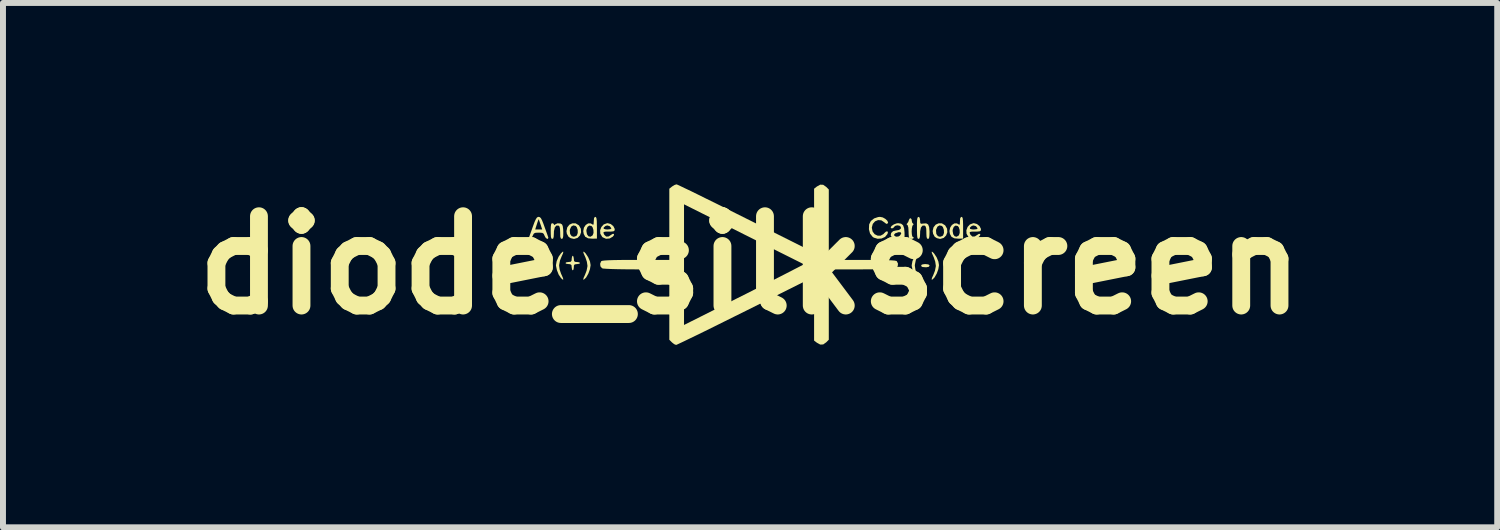
<source format=kicad_pcb>
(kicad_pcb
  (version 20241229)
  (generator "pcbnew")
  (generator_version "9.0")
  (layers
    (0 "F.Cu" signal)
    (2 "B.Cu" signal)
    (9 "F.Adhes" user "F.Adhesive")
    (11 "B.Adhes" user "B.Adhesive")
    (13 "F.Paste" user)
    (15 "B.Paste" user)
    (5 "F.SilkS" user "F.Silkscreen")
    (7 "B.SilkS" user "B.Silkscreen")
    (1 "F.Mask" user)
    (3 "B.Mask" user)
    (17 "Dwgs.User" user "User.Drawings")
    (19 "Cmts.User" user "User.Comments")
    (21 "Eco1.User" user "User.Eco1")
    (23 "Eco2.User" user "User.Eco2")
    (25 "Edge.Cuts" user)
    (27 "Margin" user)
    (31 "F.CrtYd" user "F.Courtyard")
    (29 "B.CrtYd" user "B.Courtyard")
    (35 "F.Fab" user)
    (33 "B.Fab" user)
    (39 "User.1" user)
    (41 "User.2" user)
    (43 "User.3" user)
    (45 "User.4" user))
  (footprint "diode_silkscreen"
    (layer "F.Cu")
    (at 9.55 1.404)
    (property "Reference" "diode_silkscreen" (at 0 0 0) (layer "F.SilkS") (effects (font (size 1.5 1.5) (thickness 0.3))))
    (attr board_only exclude_from_pos_files exclude_from_bom)
    (fp_poly (pts (xy 2.993 -0.013) (xy 3.013 0.001) (xy 3.014 0.009) (xy 3.003 0.027) (xy 2.964 0.035) (xy 2.944 0.035) (xy 2.895 0.031) (xy 2.874 0.016) (xy 2.873 0.009) (xy 2.885 -0.01) (xy 2.923 -0.017) (xy 2.944 -0.018)) (stroke (width 0) (type solid)) (fill yes) (layer "F.SilkS"))
    (fp_poly (pts (xy -3.137 -0.224) (xy -3.144 -0.195) (xy -3.166 -0.147) (xy -3.194 -0.077) (xy -3.207 -0.006) (xy -3.208 0.009) (xy -3.199 0.075) (xy -3.174 0.148) (xy -3.166 0.164) (xy -3.143 0.217) (xy -3.138 0.243) (xy -3.151 0.241) (xy -3.178 0.215) (xy -3.216 0.158) (xy -3.245 0.084) (xy -3.26 0.013) (xy -3.261 -0.00031) (xy -3.249 -0.067) (xy -3.217 -0.141) (xy -3.177 -0.198) (xy -3.148 -0.226)) (stroke (width 0) (type solid)) (fill yes) (layer "F.SilkS"))
    (fp_poly (pts (xy -2.79 -0.224) (xy -2.763 -0.198) (xy -2.72 -0.133) (xy -2.689 -0.06) (xy -2.679 -0.00031) (xy -2.69 0.068) (xy -2.717 0.142) (xy -2.753 0.205) (xy -2.762 0.215) (xy -2.792 0.243) (xy -2.803 0.242) (xy -2.796 0.212) (xy -2.774 0.164) (xy -2.747 0.094) (xy -2.733 0.024) (xy -2.732 0.009) (xy -2.742 -0.058) (xy -2.766 -0.13) (xy -2.774 -0.147) (xy -2.797 -0.199) (xy -2.803 -0.225)) (stroke (width 0) (type solid)) (fill yes) (layer "F.SilkS"))
    (fp_poly (pts (xy 2.838 -0.224) (xy 2.831 -0.195) (xy 2.809 -0.147) (xy 2.782 -0.077) (xy 2.768 -0.006) (xy 2.767 0.009) (xy 2.777 0.075) (xy 2.801 0.148) (xy 2.809 0.164) (xy 2.833 0.217) (xy 2.838 0.243) (xy 2.824 0.241) (xy 2.797 0.215) (xy 2.76 0.158) (xy 2.73 0.084) (xy 2.715 0.013) (xy 2.715 -0.00031) (xy 2.727 -0.067) (xy 2.759 -0.141) (xy 2.799 -0.198) (xy 2.827 -0.226)) (stroke (width 0) (type solid)) (fill yes) (layer "F.SilkS"))
    (fp_poly (pts (xy 3.062 -0.224) (xy 3.089 -0.198) (xy 3.133 -0.133) (xy 3.163 -0.06) (xy 3.173 -0.00031) (xy 3.162 0.068) (xy 3.135 0.142) (xy 3.099 0.205) (xy 3.09 0.215) (xy 3.061 0.243) (xy 3.049 0.242) (xy 3.056 0.212) (xy 3.078 0.164) (xy 3.105 0.094) (xy 3.119 0.024) (xy 3.12 0.009) (xy 3.11 -0.058) (xy 3.086 -0.13) (xy 3.078 -0.147) (xy 3.055 -0.199) (xy 3.049 -0.225)) (stroke (width 0) (type solid)) (fill yes) (layer "F.SilkS"))
    (fp_poly (pts (xy 2.713 -0.768) (xy 2.715 -0.752) (xy 2.722 -0.715) (xy 2.737 -0.698) (xy 2.749 -0.686) (xy 2.737 -0.677) (xy 2.725 -0.656) (xy 2.717 -0.615) (xy 2.714 -0.564) (xy 2.717 -0.517) (xy 2.724 -0.484) (xy 2.732 -0.476) (xy 2.749 -0.463) (xy 2.75 -0.458) (xy 2.736 -0.445) (xy 2.706 -0.441) (xy 2.677 -0.449) (xy 2.673 -0.452) (xy 2.667 -0.475) (xy 2.663 -0.522) (xy 2.662 -0.566) (xy 2.658 -0.632) (xy 2.647 -0.67) (xy 2.64 -0.676) (xy 2.627 -0.689) (xy 2.638 -0.699) (xy 2.658 -0.728) (xy 2.664 -0.748) (xy 2.679 -0.781) (xy 2.699 -0.788)) (stroke (width 0) (type solid)) (fill yes) (layer "F.SilkS"))
    (fp_poly (pts (xy -2.93 -0.702) (xy -2.879 -0.671) (xy -2.874 -0.666) (xy -2.843 -0.612) (xy -2.839 -0.553) (xy -2.858 -0.499) (xy -2.898 -0.458) (xy -2.955 -0.441) (xy -2.961 -0.441) (xy -3.013 -0.453) (xy -3.049 -0.476) (xy -3.078 -0.527) (xy -3.085 -0.573) (xy -3.082 -0.583) (xy -3.029 -0.583) (xy -3.023 -0.524) (xy -2.997 -0.487) (xy -2.961 -0.476) (xy -2.924 -0.489) (xy -2.909 -0.501) (xy -2.895 -0.541) (xy -2.896 -0.593) (xy -2.912 -0.639) (xy -2.93 -0.659) (xy -2.971 -0.668) (xy -3.005 -0.647) (xy -3.026 -0.601) (xy -3.029 -0.583) (xy -3.082 -0.583) (xy -3.071 -0.635) (xy -3.035 -0.68) (xy -2.985 -0.703)) (stroke (width 0) (type solid)) (fill yes) (layer "F.SilkS"))
    (fp_poly (pts (xy 3.222 -0.702) (xy 3.273 -0.671) (xy 3.278 -0.666) (xy 3.309 -0.612) (xy 3.313 -0.553) (xy 3.293 -0.499) (xy 3.253 -0.458) (xy 3.196 -0.441) (xy 3.19 -0.441) (xy 3.139 -0.453) (xy 3.102 -0.476) (xy 3.074 -0.527) (xy 3.067 -0.573) (xy 3.069 -0.583) (xy 3.123 -0.583) (xy 3.128 -0.524) (xy 3.155 -0.487) (xy 3.19 -0.476) (xy 3.228 -0.489) (xy 3.242 -0.501) (xy 3.257 -0.541) (xy 3.255 -0.593) (xy 3.239 -0.639) (xy 3.221 -0.659) (xy 3.181 -0.668) (xy 3.147 -0.647) (xy 3.126 -0.601) (xy 3.123 -0.583) (xy 3.069 -0.583) (xy 3.081 -0.635) (xy 3.117 -0.68) (xy 3.167 -0.703)) (stroke (width 0) (type solid)) (fill yes) (layer "F.SilkS"))
    (fp_poly (pts (xy -3.299 -0.694) (xy -3.296 -0.684) (xy -3.291 -0.672) (xy -3.275 -0.684) (xy -3.235 -0.703) (xy -3.187 -0.7) (xy -3.159 -0.684) (xy -3.147 -0.655) (xy -3.14 -0.603) (xy -3.138 -0.552) (xy -3.139 -0.489) (xy -3.146 -0.454) (xy -3.159 -0.441) (xy -3.164 -0.441) (xy -3.179 -0.449) (xy -3.188 -0.477) (xy -3.19 -0.533) (xy -3.19 -0.547) (xy -3.193 -0.612) (xy -3.202 -0.649) (xy -3.217 -0.664) (xy -3.255 -0.664) (xy -3.281 -0.632) (xy -3.295 -0.571) (xy -3.296 -0.535) (xy -3.299 -0.478) (xy -3.307 -0.448) (xy -3.323 -0.441) (xy -3.337 -0.448) (xy -3.345 -0.473) (xy -3.348 -0.522) (xy -3.349 -0.573) (xy -3.348 -0.643) (xy -3.343 -0.684) (xy -3.333 -0.702) (xy -3.323 -0.705)) (stroke (width 0) (type solid)) (fill yes) (layer "F.SilkS"))
    (fp_poly (pts (xy -2.967 -0.143) (xy -2.961 -0.106) (xy -2.961 -0.106) (xy -2.957 -0.068) (xy -2.936 -0.054) (xy -2.908 -0.053) (xy -2.871 -0.048) (xy -2.856 -0.035) (xy -2.856 -0.035) (xy -2.871 -0.023) (xy -2.908 -0.018) (xy -2.908 -0.018) (xy -2.946 -0.013) (xy -2.96 0.007) (xy -2.961 0.035) (xy -2.966 0.072) (xy -2.979 0.088) (xy -2.979 0.088) (xy -2.991 0.073) (xy -2.997 0.036) (xy -2.997 0.035) (xy -3.001 -0.002) (xy -3.022 -0.016) (xy -3.049 -0.018) (xy -3.087 -0.023) (xy -3.102 -0.035) (xy -3.102 -0.035) (xy -3.087 -0.048) (xy -3.05 -0.053) (xy -3.049 -0.053) (xy -3.012 -0.057) (xy -2.998 -0.078) (xy -2.997 -0.106) (xy -2.991 -0.143) (xy -2.979 -0.159) (xy -2.979 -0.159)) (stroke (width 0) (type solid)) (fill yes) (layer "F.SilkS"))
    (fp_poly (pts (xy 2.228 -0.802) (xy 2.271 -0.778) (xy 2.304 -0.748) (xy 2.318 -0.718) (xy 2.311 -0.7) (xy 2.289 -0.693) (xy 2.26 -0.715) (xy 2.256 -0.719) (xy 2.205 -0.753) (xy 2.15 -0.757) (xy 2.099 -0.736) (xy 2.061 -0.693) (xy 2.045 -0.633) (xy 2.045 -0.626) (xy 2.058 -0.565) (xy 2.092 -0.52) (xy 2.14 -0.496) (xy 2.192 -0.495) (xy 2.24 -0.522) (xy 2.251 -0.535) (xy 2.283 -0.564) (xy 2.307 -0.568) (xy 2.315 -0.549) (xy 2.306 -0.521) (xy 2.267 -0.474) (xy 2.209 -0.448) (xy 2.143 -0.443) (xy 2.078 -0.462) (xy 2.057 -0.477) (xy 2.015 -0.53) (xy 1.996 -0.603) (xy 2 -0.685) (xy 2.001 -0.687) (xy 2.029 -0.742) (xy 2.083 -0.785) (xy 2.151 -0.808) (xy 2.182 -0.811)) (stroke (width 0) (type solid)) (fill yes) (layer "F.SilkS"))
    (fp_poly (pts (xy -2.588 -0.805) (xy -2.58 -0.784) (xy -2.575 -0.742) (xy -2.574 -0.674) (xy -2.573 -0.629) (xy -2.573 -0.446) (xy -2.654 -0.445) (xy -2.721 -0.451) (xy -2.765 -0.474) (xy -2.769 -0.477) (xy -2.795 -0.525) (xy -2.803 -0.573) (xy -2.802 -0.574) (xy -2.75 -0.574) (xy -2.74 -0.519) (xy -2.715 -0.485) (xy -2.682 -0.477) (xy -2.647 -0.499) (xy -2.645 -0.501) (xy -2.63 -0.541) (xy -2.632 -0.592) (xy -2.647 -0.638) (xy -2.665 -0.658) (xy -2.701 -0.665) (xy -2.731 -0.643) (xy -2.748 -0.598) (xy -2.75 -0.574) (xy -2.802 -0.574) (xy -2.791 -0.631) (xy -2.761 -0.675) (xy -2.721 -0.701) (xy -2.678 -0.702) (xy -2.648 -0.684) (xy -2.634 -0.678) (xy -2.628 -0.698) (xy -2.626 -0.737) (xy -2.622 -0.787) (xy -2.609 -0.809) (xy -2.6 -0.811)) (stroke (width 0) (type solid)) (fill yes) (layer "F.SilkS"))
    (fp_poly (pts (xy 3.564 -0.805) (xy 3.572 -0.784) (xy 3.576 -0.742) (xy 3.578 -0.674) (xy 3.578 -0.629) (xy 3.578 -0.446) (xy 3.497 -0.445) (xy 3.43 -0.451) (xy 3.386 -0.474) (xy 3.383 -0.477) (xy 3.356 -0.525) (xy 3.349 -0.573) (xy 3.349 -0.574) (xy 3.402 -0.574) (xy 3.412 -0.519) (xy 3.436 -0.485) (xy 3.469 -0.477) (xy 3.505 -0.499) (xy 3.507 -0.501) (xy 3.521 -0.541) (xy 3.52 -0.592) (xy 3.505 -0.638) (xy 3.487 -0.658) (xy 3.451 -0.665) (xy 3.421 -0.643) (xy 3.404 -0.598) (xy 3.402 -0.574) (xy 3.349 -0.574) (xy 3.361 -0.631) (xy 3.39 -0.675) (xy 3.431 -0.701) (xy 3.474 -0.702) (xy 3.504 -0.684) (xy 3.518 -0.678) (xy 3.524 -0.698) (xy 3.525 -0.737) (xy 3.529 -0.787) (xy 3.543 -0.809) (xy 3.552 -0.811)) (stroke (width 0) (type solid)) (fill yes) (layer "F.SilkS"))
    (fp_poly (pts (xy 2.849 -0.797) (xy 2.855 -0.754) (xy 2.856 -0.75) (xy 2.858 -0.709) (xy 2.871 -0.695) (xy 2.904 -0.698) (xy 2.908 -0.699) (xy 2.958 -0.702) (xy 2.991 -0.683) (xy 3.008 -0.639) (xy 3.014 -0.565) (xy 3.014 -0.553) (xy 3.012 -0.49) (xy 3.006 -0.454) (xy 2.993 -0.441) (xy 2.988 -0.441) (xy 2.972 -0.449) (xy 2.964 -0.477) (xy 2.961 -0.533) (xy 2.961 -0.547) (xy 2.959 -0.612) (xy 2.949 -0.649) (xy 2.935 -0.664) (xy 2.897 -0.664) (xy 2.87 -0.632) (xy 2.857 -0.571) (xy 2.856 -0.535) (xy 2.853 -0.478) (xy 2.844 -0.448) (xy 2.829 -0.441) (xy 2.817 -0.446) (xy 2.809 -0.467) (xy 2.805 -0.509) (xy 2.803 -0.577) (xy 2.803 -0.626) (xy 2.803 -0.71) (xy 2.806 -0.765) (xy 2.812 -0.796) (xy 2.822 -0.809) (xy 2.829 -0.811)) (stroke (width 0) (type solid)) (fill yes) (layer "F.SilkS"))
    (fp_poly (pts (xy -2.341 -0.691) (xy -2.298 -0.656) (xy -2.275 -0.611) (xy -2.274 -0.599) (xy -2.278 -0.579) (xy -2.296 -0.568) (xy -2.337 -0.564) (xy -2.371 -0.564) (xy -2.429 -0.563) (xy -2.458 -0.557) (xy -2.464 -0.543) (xy -2.452 -0.515) (xy -2.449 -0.51) (xy -2.418 -0.48) (xy -2.376 -0.482) (xy -2.342 -0.504) (xy -2.308 -0.526) (xy -2.287 -0.524) (xy -2.287 -0.504) (xy -2.306 -0.479) (xy -2.359 -0.448) (xy -2.42 -0.443) (xy -2.475 -0.467) (xy -2.485 -0.476) (xy -2.516 -0.528) (xy -2.519 -0.586) (xy -2.502 -0.631) (xy -2.46 -0.631) (xy -2.459 -0.611) (xy -2.425 -0.601) (xy -2.397 -0.599) (xy -2.347 -0.604) (xy -2.33 -0.617) (xy -2.331 -0.62) (xy -2.357 -0.654) (xy -2.397 -0.667) (xy -2.427 -0.66) (xy -2.46 -0.631) (xy -2.502 -0.631) (xy -2.498 -0.641) (xy -2.459 -0.684) (xy -2.404 -0.704) (xy -2.392 -0.705)) (stroke (width 0) (type solid)) (fill yes) (layer "F.SilkS"))
    (fp_poly (pts (xy 3.811 -0.691) (xy 3.854 -0.656) (xy 3.877 -0.611) (xy 3.878 -0.599) (xy 3.874 -0.579) (xy 3.855 -0.568) (xy 3.815 -0.564) (xy 3.781 -0.564) (xy 3.722 -0.563) (xy 3.693 -0.557) (xy 3.688 -0.543) (xy 3.699 -0.515) (xy 3.702 -0.51) (xy 3.734 -0.48) (xy 3.775 -0.482) (xy 3.809 -0.504) (xy 3.844 -0.526) (xy 3.865 -0.524) (xy 3.865 -0.504) (xy 3.846 -0.479) (xy 3.793 -0.448) (xy 3.732 -0.443) (xy 3.677 -0.467) (xy 3.666 -0.476) (xy 3.636 -0.528) (xy 3.633 -0.586) (xy 3.65 -0.631) (xy 3.692 -0.631) (xy 3.693 -0.611) (xy 3.727 -0.601) (xy 3.754 -0.599) (xy 3.805 -0.604) (xy 3.822 -0.617) (xy 3.821 -0.62) (xy 3.795 -0.654) (xy 3.755 -0.667) (xy 3.725 -0.66) (xy 3.692 -0.631) (xy 3.65 -0.631) (xy 3.653 -0.641) (xy 3.693 -0.684) (xy 3.748 -0.704) (xy 3.76 -0.705)) (stroke (width 0) (type solid)) (fill yes) (layer "F.SilkS"))
    (fp_poly (pts (xy 2.536 -0.697) (xy 2.569 -0.671) (xy 2.587 -0.62) (xy 2.594 -0.551) (xy 2.595 -0.483) (xy 2.586 -0.447) (xy 2.567 -0.442) (xy 2.544 -0.46) (xy 2.522 -0.469) (xy 2.513 -0.46) (xy 2.486 -0.445) (xy 2.443 -0.442) (xy 2.401 -0.451) (xy 2.383 -0.462) (xy 2.362 -0.502) (xy 2.364 -0.511) (xy 2.418 -0.511) (xy 2.423 -0.495) (xy 2.451 -0.478) (xy 2.49 -0.481) (xy 2.517 -0.497) (xy 2.539 -0.531) (xy 2.53 -0.552) (xy 2.495 -0.554) (xy 2.49 -0.553) (xy 2.437 -0.534) (xy 2.418 -0.511) (xy 2.364 -0.511) (xy 2.37 -0.541) (xy 2.402 -0.571) (xy 2.449 -0.582) (xy 2.502 -0.591) (xy 2.532 -0.613) (xy 2.533 -0.642) (xy 2.509 -0.663) (xy 2.47 -0.669) (xy 2.435 -0.659) (xy 2.421 -0.643) (xy 2.402 -0.623) (xy 2.378 -0.617) (xy 2.362 -0.629) (xy 2.362 -0.634) (xy 2.377 -0.659) (xy 2.414 -0.684) (xy 2.459 -0.701) (xy 2.486 -0.705)) (stroke (width 0) (type solid)) (fill yes) (layer "F.SilkS"))
    (fp_poly (pts (xy -3.532 -0.806) (xy -3.514 -0.789) (xy -3.495 -0.753) (xy -3.471 -0.693) (xy -3.455 -0.648) (xy -3.429 -0.576) (xy -3.407 -0.515) (xy -3.393 -0.474) (xy -3.389 -0.463) (xy -3.395 -0.444) (xy -3.407 -0.441) (xy -3.431 -0.456) (xy -3.452 -0.492) (xy -3.452 -0.494) (xy -3.467 -0.526) (xy -3.489 -0.542) (xy -3.53 -0.546) (xy -3.552 -0.546) (xy -3.603 -0.544) (xy -3.63 -0.533) (xy -3.646 -0.507) (xy -3.651 -0.494) (xy -3.672 -0.457) (xy -3.696 -0.441) (xy -3.696 -0.441) (xy -3.715 -0.452) (xy -3.715 -0.463) (xy -3.706 -0.488) (xy -3.688 -0.538) (xy -3.666 -0.599) (xy -3.61 -0.599) (xy -3.551 -0.599) (xy -3.492 -0.599) (xy -3.52 -0.683) (xy -3.537 -0.732) (xy -3.548 -0.764) (xy -3.551 -0.771) (xy -3.558 -0.758) (xy -3.571 -0.721) (xy -3.582 -0.687) (xy -3.61 -0.599) (xy -3.666 -0.599) (xy -3.664 -0.605) (xy -3.649 -0.648) (xy -3.621 -0.724) (xy -3.599 -0.772) (xy -3.581 -0.799) (xy -3.563 -0.81) (xy -3.552 -0.811)) (stroke (width 0) (type solid)) (fill yes) (layer "F.SilkS"))
    (fp_poly (pts (xy -1.217 -1.35) (xy -1.168 -1.327) (xy -1.093 -1.291) (xy -0.994 -1.244) (xy -0.874 -1.185) (xy -0.735 -1.116) (xy -0.58 -1.04) (xy -0.411 -0.956) (xy -0.231 -0.866) (xy -0.067 -0.784) (xy 1.075 -0.211) (xy 1.075 -0.747) (xy 1.075 -1.284) (xy 1.122 -1.321) (xy 1.178 -1.352) (xy 1.228 -1.35) (xy 1.279 -1.314) (xy 1.279 -1.314) (xy 1.322 -1.271) (xy 1.322 -0.679) (xy 1.322 -0.088) (xy 1.883 -0.088) (xy 2.052 -0.088) (xy 2.188 -0.086) (xy 2.294 -0.084) (xy 2.373 -0.081) (xy 2.426 -0.077) (xy 2.456 -0.071) (xy 2.464 -0.067) (xy 2.484 -0.027) (xy 2.48 0.017) (xy 2.454 0.051) (xy 2.451 0.052) (xy 2.423 0.058) (xy 2.361 0.062) (xy 2.269 0.066) (xy 2.147 0.069) (xy 1.999 0.07) (xy 1.87 0.071) (xy 1.322 0.071) (xy 1.322 0.662) (xy 1.322 1.253) (xy 1.279 1.296) (xy 1.228 1.332) (xy 1.178 1.334) (xy 1.122 1.303) (xy 1.122 1.303) (xy 1.075 1.267) (xy 1.075 0.73) (xy 1.075 0.194) (xy -0.07 0.767) (xy -0.258 0.86) (xy -0.437 0.949) (xy -0.604 1.032) (xy -0.758 1.108) (xy -0.895 1.175) (xy -1.013 1.232) (xy -1.11 1.279) (xy -1.182 1.313) (xy -1.227 1.334) (xy -1.243 1.34) (xy -1.274 1.328) (xy -1.311 1.299) (xy -1.314 1.296) (xy -1.357 1.253) (xy -1.357 0.662) (xy -1.357 0.071) (xy -1.905 0.071) (xy -2.072 0.07) (xy -2.214 0.068) (xy -2.329 0.065) (xy -2.414 0.061) (xy -2.468 0.057) (xy -2.487 0.052) (xy -2.514 0.02) (xy -2.519 -0.024) (xy -2.502 -0.065) (xy -2.499 -0.067) (xy -2.483 -0.073) (xy -2.444 -0.078) (xy -2.383 -0.082) (xy -2.294 -0.085) (xy -2.178 -0.087) (xy -2.03 -0.088) (xy -1.918 -0.088) (xy -1.357 -0.088) (xy -1.357 -0.686) (xy -1.357 -1.022) (xy -1.11 -1.022) (xy -1.11 -0.009) (xy -1.11 1.005) (xy -0.392 0.645) (xy -0.232 0.564) (xy -0.07 0.483) (xy 0.088 0.403) (xy 0.238 0.328) (xy 0.373 0.259) (xy 0.489 0.2) (xy 0.581 0.153) (xy 0.616 0.135) (xy 0.905 -0.014) (xy -0.103 -0.518) (xy -1.11 -1.022) (xy -1.357 -1.022) (xy -1.357 -1.284) (xy -1.311 -1.321) (xy -1.271 -1.346) (xy -1.238 -1.357) (xy -1.237 -1.357)) (stroke (width 0) (type solid)) (fill yes) (layer "F.SilkS")))
  (gr_rect
    (start -3 -3)
    (end 22.1 5.808)
    (stroke (width 0.1) (type default))
    (fill no)
    (layer "Edge.Cuts")))
</source>
